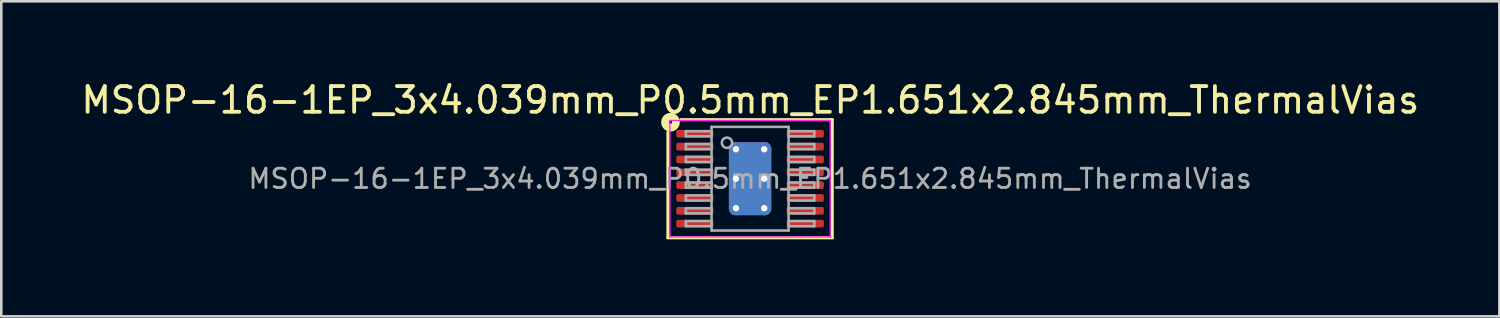
<source format=kicad_pcb>
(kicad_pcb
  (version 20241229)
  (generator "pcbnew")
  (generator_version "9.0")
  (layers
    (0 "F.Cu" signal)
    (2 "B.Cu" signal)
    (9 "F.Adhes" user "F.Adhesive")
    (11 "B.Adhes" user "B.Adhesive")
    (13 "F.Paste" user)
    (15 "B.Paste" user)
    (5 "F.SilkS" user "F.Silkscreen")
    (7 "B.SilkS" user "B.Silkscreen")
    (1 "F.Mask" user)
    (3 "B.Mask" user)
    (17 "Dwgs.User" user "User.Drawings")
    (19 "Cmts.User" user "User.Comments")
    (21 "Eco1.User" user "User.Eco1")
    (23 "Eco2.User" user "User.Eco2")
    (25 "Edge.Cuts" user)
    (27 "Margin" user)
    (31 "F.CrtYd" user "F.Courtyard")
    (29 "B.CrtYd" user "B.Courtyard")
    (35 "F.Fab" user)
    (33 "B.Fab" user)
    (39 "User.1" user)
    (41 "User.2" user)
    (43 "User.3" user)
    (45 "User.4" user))
  (footprint "MSOP-16-1EP_3x4.039mm_P0.5mm_EP1.651x2.845mm_ThermalVias"
    (layer "F.Cu")
    (at 26.163 3.91)
    (property "Reference" "MSOP-16-1EP_3x4.039mm_P0.5mm_EP1.651x2.845mm_ThermalVias" (at 0.009 -3.062 0) (layer "F.SilkS") (effects (font (size 1 1) (thickness 0.15))))
    (attr smd)
    (fp_line (start -3.2 2.3) (end -3.2 -1.8) (stroke (width 0.12) (type solid)) (layer "F.SilkS"))
    (fp_line (start -2.7 -2.3) (end 3.2 -2.3) (stroke (width 0.12) (type solid)) (layer "F.SilkS"))
    (fp_line (start 3.2 -2.3) (end 3.2 2.3) (stroke (width 0.12) (type solid)) (layer "F.SilkS"))
    (fp_line (start 3.2 2.3) (end -3.2 2.3) (stroke (width 0.12) (type solid)) (layer "F.SilkS"))
    (fp_circle (center -3.1 -2.2) (end -3.037 -2.2) (stroke (width 0.3) (type solid)) (fill no) (layer "F.SilkS"))
    (fp_line (start -3.12 -2.27) (end -3.12 2.27) (stroke (width 0.05) (type solid)) (layer "F.CrtYd"))
    (fp_line (start -3.12 2.27) (end 3.12 2.27) (stroke (width 0.05) (type solid)) (layer "F.CrtYd"))
    (fp_line (start 3.12 -2.27) (end -3.12 -2.27) (stroke (width 0.05) (type solid)) (layer "F.CrtYd"))
    (fp_line (start 3.12 2.27) (end 3.12 -2.27) (stroke (width 0.05) (type solid)) (layer "F.CrtYd"))
    (fp_line (start -2.5 -1.85) (end -2.5 -1.65) (stroke (width 0.1) (type solid)) (layer "F.Fab"))
    (fp_line (start -2.5 -1.85) (end -1.5 -1.85) (stroke (width 0.1) (type solid)) (layer "F.Fab"))
    (fp_line (start -2.5 -1.65) (end -1.5 -1.65) (stroke (width 0.1) (type solid)) (layer "F.Fab"))
    (fp_line (start -2.5 -1.35) (end -2.5 -1.15) (stroke (width 0.1) (type solid)) (layer "F.Fab"))
    (fp_line (start -2.5 -1.35) (end -1.5 -1.35) (stroke (width 0.1) (type solid)) (layer "F.Fab"))
    (fp_line (start -2.5 -1.15) (end -1.5 -1.15) (stroke (width 0.1) (type solid)) (layer "F.Fab"))
    (fp_line (start -2.5 -0.85) (end -2.5 -0.65) (stroke (width 0.1) (type solid)) (layer "F.Fab"))
    (fp_line (start -2.5 -0.85) (end -1.5 -0.85) (stroke (width 0.1) (type solid)) (layer "F.Fab"))
    (fp_line (start -2.5 -0.65) (end -1.5 -0.65) (stroke (width 0.1) (type solid)) (layer "F.Fab"))
    (fp_line (start -2.5 -0.35) (end -2.5 -0.15) (stroke (width 0.1) (type solid)) (layer "F.Fab"))
    (fp_line (start -2.5 -0.35) (end -1.5 -0.35) (stroke (width 0.1) (type solid)) (layer "F.Fab"))
    (fp_line (start -2.5 -0.15) (end -1.5 -0.15) (stroke (width 0.1) (type solid)) (layer "F.Fab"))
    (fp_line (start -2.5 0.15) (end -2.5 0.35) (stroke (width 0.1) (type solid)) (layer "F.Fab"))
    (fp_line (start -2.5 0.15) (end -1.5 0.15) (stroke (width 0.1) (type solid)) (layer "F.Fab"))
    (fp_line (start -2.5 0.35) (end -1.5 0.35) (stroke (width 0.1) (type solid)) (layer "F.Fab"))
    (fp_line (start -2.5 0.65) (end -2.5 0.85) (stroke (width 0.1) (type solid)) (layer "F.Fab"))
    (fp_line (start -2.5 0.65) (end -1.5 0.65) (stroke (width 0.1) (type solid)) (layer "F.Fab"))
    (fp_line (start -2.5 0.85) (end -1.5 0.85) (stroke (width 0.1) (type solid)) (layer "F.Fab"))
    (fp_line (start -2.5 1.15) (end -2.5 1.35) (stroke (width 0.1) (type solid)) (layer "F.Fab"))
    (fp_line (start -2.5 1.15) (end -1.5 1.15) (stroke (width 0.1) (type solid)) (layer "F.Fab"))
    (fp_line (start -2.5 1.35) (end -1.5 1.35) (stroke (width 0.1) (type solid)) (layer "F.Fab"))
    (fp_line (start -2.5 1.65) (end -2.5 1.85) (stroke (width 0.1) (type solid)) (layer "F.Fab"))
    (fp_line (start -2.5 1.65) (end -1.5 1.65) (stroke (width 0.1) (type solid)) (layer "F.Fab"))
    (fp_line (start -2.5 1.85) (end -1.5 1.85) (stroke (width 0.1) (type solid)) (layer "F.Fab"))
    (fp_line (start -1.5 -2.019) (end 1.5 -2.019) (stroke (width 0.1) (type solid)) (layer "F.Fab"))
    (fp_line (start -1.5 2.019) (end -1.5 -2.019) (stroke (width 0.1) (type solid)) (layer "F.Fab"))
    (fp_line (start 1.5 -2.019) (end 1.5 2.019) (stroke (width 0.1) (type solid)) (layer "F.Fab"))
    (fp_line (start 1.5 2.019) (end -1.5 2.019) (stroke (width 0.1) (type solid)) (layer "F.Fab"))
    (fp_line (start 2.5 -1.85) (end 1.5 -1.85) (stroke (width 0.1) (type solid)) (layer "F.Fab"))
    (fp_line (start 2.5 -1.65) (end 1.5 -1.65) (stroke (width 0.1) (type solid)) (layer "F.Fab"))
    (fp_line (start 2.5 -1.65) (end 2.5 -1.85) (stroke (width 0.1) (type solid)) (layer "F.Fab"))
    (fp_line (start 2.5 -1.35) (end 1.5 -1.35) (stroke (width 0.1) (type solid)) (layer "F.Fab"))
    (fp_line (start 2.5 -1.15) (end 1.5 -1.15) (stroke (width 0.1) (type solid)) (layer "F.Fab"))
    (fp_line (start 2.5 -1.15) (end 2.5 -1.35) (stroke (width 0.1) (type solid)) (layer "F.Fab"))
    (fp_line (start 2.5 -0.85) (end 1.5 -0.85) (stroke (width 0.1) (type solid)) (layer "F.Fab"))
    (fp_line (start 2.5 -0.65) (end 1.5 -0.65) (stroke (width 0.1) (type solid)) (layer "F.Fab"))
    (fp_line (start 2.5 -0.65) (end 2.5 -0.85) (stroke (width 0.1) (type solid)) (layer "F.Fab"))
    (fp_line (start 2.5 -0.35) (end 1.5 -0.35) (stroke (width 0.1) (type solid)) (layer "F.Fab"))
    (fp_line (start 2.5 -0.15) (end 1.5 -0.15) (stroke (width 0.1) (type solid)) (layer "F.Fab"))
    (fp_line (start 2.5 -0.15) (end 2.5 -0.35) (stroke (width 0.1) (type solid)) (layer "F.Fab"))
    (fp_line (start 2.5 0.15) (end 1.5 0.15) (stroke (width 0.1) (type solid)) (layer "F.Fab"))
    (fp_line (start 2.5 0.35) (end 1.5 0.35) (stroke (width 0.1) (type solid)) (layer "F.Fab"))
    (fp_line (start 2.5 0.35) (end 2.5 0.15) (stroke (width 0.1) (type solid)) (layer "F.Fab"))
    (fp_line (start 2.5 0.65) (end 1.5 0.65) (stroke (width 0.1) (type solid)) (layer "F.Fab"))
    (fp_line (start 2.5 0.85) (end 1.5 0.85) (stroke (width 0.1) (type solid)) (layer "F.Fab"))
    (fp_line (start 2.5 0.85) (end 2.5 0.65) (stroke (width 0.1) (type solid)) (layer "F.Fab"))
    (fp_line (start 2.5 1.15) (end 1.5 1.15) (stroke (width 0.1) (type solid)) (layer "F.Fab"))
    (fp_line (start 2.5 1.35) (end 1.5 1.35) (stroke (width 0.1) (type solid)) (layer "F.Fab"))
    (fp_line (start 2.5 1.35) (end 2.5 1.15) (stroke (width 0.1) (type solid)) (layer "F.Fab"))
    (fp_line (start 2.5 1.65) (end 1.5 1.65) (stroke (width 0.1) (type solid)) (layer "F.Fab"))
    (fp_line (start 2.5 1.85) (end 1.5 1.85) (stroke (width 0.1) (type solid)) (layer "F.Fab"))
    (fp_line (start 2.5 1.85) (end 2.5 1.65) (stroke (width 0.1) (type solid)) (layer "F.Fab"))
    (fp_circle (center -0.9 -1.4) (end -0.7 -1.4) (stroke (width 0.1) (type solid)) (fill no) (layer "F.Fab"))
    (fp_text user "${REFERENCE}" (at 0 0 0) (layer "F.Fab") (effects (font (size 0.75 0.75) (thickness 0.11))))
    (pad "" smd roundrect (at -0.415 -0.71) (size 0.69 1.19) (layers "F.Paste") (roundrect_rratio 0.25))
    (pad "" smd roundrect (at -0.415 0.71) (size 0.69 1.19) (layers "F.Paste") (roundrect_rratio 0.25))
    (pad "" smd roundrect (at 0.415 -0.71) (size 0.69 1.19) (layers "F.Paste") (roundrect_rratio 0.25))
    (pad "" smd roundrect (at 0.415 0.71) (size 0.69 1.19) (layers "F.Paste") (roundrect_rratio 0.25))
    (pad "1" smd roundrect (at -2.15 -1.75) (size 1.45 0.3) (layers "F.Cu" "F.Mask" "F.Paste") (roundrect_rratio 0.25))
    (pad "2" smd roundrect (at -2.15 -1.25) (size 1.45 0.3) (layers "F.Cu" "F.Mask" "F.Paste") (roundrect_rratio 0.25))
    (pad "3" smd roundrect (at -2.15 -0.75) (size 1.45 0.3) (layers "F.Cu" "F.Mask" "F.Paste") (roundrect_rratio 0.25))
    (pad "4" smd roundrect (at -2.15 -0.25) (size 1.45 0.3) (layers "F.Cu" "F.Mask" "F.Paste") (roundrect_rratio 0.25))
    (pad "5" smd roundrect (at -2.15 0.25) (size 1.45 0.3) (layers "F.Cu" "F.Mask" "F.Paste") (roundrect_rratio 0.25))
    (pad "6" smd roundrect (at -2.15 0.75) (size 1.45 0.3) (layers "F.Cu" "F.Mask" "F.Paste") (roundrect_rratio 0.25))
    (pad "7" smd roundrect (at -2.15 1.25) (size 1.45 0.3) (layers "F.Cu" "F.Mask" "F.Paste") (roundrect_rratio 0.25))
    (pad "8" smd roundrect (at -2.15 1.75) (size 1.45 0.3) (layers "F.Cu" "F.Mask" "F.Paste") (roundrect_rratio 0.25))
    (pad "9" smd roundrect (at 2.15 1.75) (size 1.45 0.3) (layers "F.Cu" "F.Mask" "F.Paste") (roundrect_rratio 0.25))
    (pad "10" smd roundrect (at 2.15 1.25) (size 1.45 0.3) (layers "F.Cu" "F.Mask" "F.Paste") (roundrect_rratio 0.25))
    (pad "11" smd roundrect (at 2.15 0.75) (size 1.45 0.3) (layers "F.Cu" "F.Mask" "F.Paste") (roundrect_rratio 0.25))
    (pad "12" smd roundrect (at 2.15 0.25) (size 1.45 0.3) (layers "F.Cu" "F.Mask" "F.Paste") (roundrect_rratio 0.25))
    (pad "13" smd roundrect (at 2.15 -0.25) (size 1.45 0.3) (layers "F.Cu" "F.Mask" "F.Paste") (roundrect_rratio 0.25))
    (pad "14" smd roundrect (at 2.15 -0.75) (size 1.45 0.3) (layers "F.Cu" "F.Mask" "F.Paste") (roundrect_rratio 0.25))
    (pad "15" smd roundrect (at 2.15 -1.25) (size 1.45 0.3) (layers "F.Cu" "F.Mask" "F.Paste") (roundrect_rratio 0.25))
    (pad "16" smd roundrect (at 2.15 -1.75) (size 1.45 0.3) (layers "F.Cu" "F.Mask" "F.Paste") (roundrect_rratio 0.25))
    (pad "17" thru_hole circle (at -0.55 -1.147) (size 0.55 0.55) (drill 0.25) (property pad_prop_heatsink) (layers "*.Cu"))
    (pad "17" thru_hole circle (at -0.55 0) (size 0.55 0.55) (drill 0.25) (property pad_prop_heatsink) (layers "*.Cu"))
    (pad "17" thru_hole circle (at -0.55 1.147) (size 0.55 0.55) (drill 0.25) (property pad_prop_heatsink) (layers "*.Cu"))
    (pad "17" smd roundrect (at 0 0) (size 1.651 2.845) (layers "F.Cu" "F.Mask") (roundrect_rratio 0.151))
    (pad "17" smd roundrect (at 0 0) (size 1.651 2.845) (layers "B.Cu" "B.Mask") (roundrect_rratio 0.151))
    (pad "17" thru_hole circle (at 0.55 -1.147) (size 0.55 0.55) (drill 0.25) (property pad_prop_heatsink) (layers "*.Cu"))
    (pad "17" thru_hole circle (at 0.55 0) (size 0.55 0.55) (drill 0.25) (property pad_prop_heatsink) (layers "*.Cu"))
    (pad "17" thru_hole circle (at 0.55 1.147) (size 0.55 0.55) (drill 0.25) (property pad_prop_heatsink) (layers "*.Cu")))
  (gr_rect
    (start -3 -3)
    (end 55.345 9.27)
    (stroke (width 0.1) (type default))
    (fill no)
    (layer "Edge.Cuts")))
</source>
